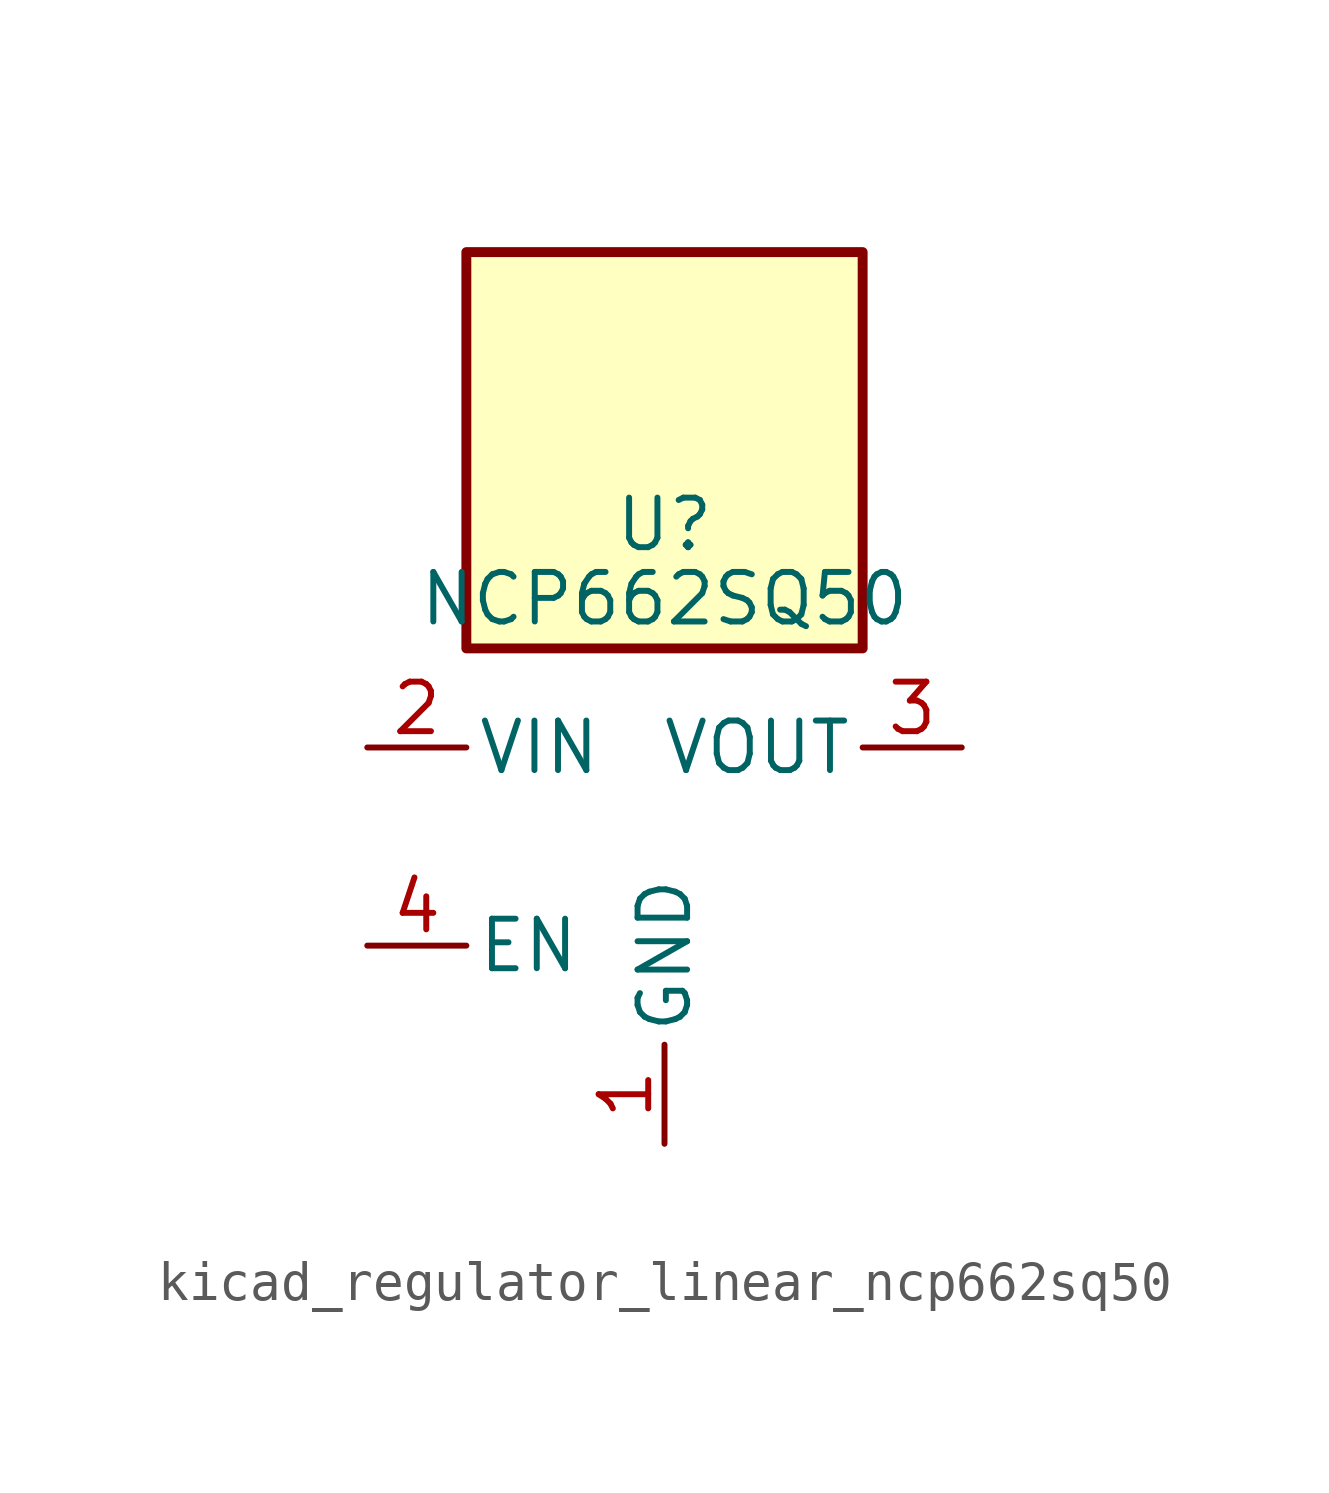
<source format=kicad_sym>
(kicad_symbol_lib
  (version 20220914)
  (generator kicad_symbol_editor)
  (symbol "kicad_regulator_linear_ncp662sq50"
    (pin_names
      (offset 0.254))
    (property "Reference" "U"
      (at 0 8.255 0)
      (effects (font (size 1.27 1.27))))
    (property "Value" "NCP662SQ50"
      (at 0 6.35 0)
      (effects (font (size 1.27 1.27))))
    (symbol "kicad_regulator_linear_ncp662sq50_0_1"
      (rectangle (start 5.08 15.24) (end -5.08 5.08) (stroke (width 0.254) (type default)) (fill (type background))))
    (symbol "kicad_regulator_linear_ncp662sq50_1_1"
      (pin power_in line (at 0 -7.62 90) (length 2.54) (name "GND" (effects (font (size 1.27 1.27)))) (number "1" (effects (font (size 1.27 1.27)))))
      (pin power_in line (at -7.62 2.54 0) (length 2.54) (name "VIN" (effects (font (size 1.27 1.27)))) (number "2" (effects (font (size 1.27 1.27)))))
      (pin power_out line (at 7.62 2.54 180) (length 2.54) (name "VOUT" (effects (font (size 1.27 1.27)))) (number "3" (effects (font (size 1.27 1.27)))))
      (pin input line (at -7.62 -2.54 0) (length 2.54) (name "EN" (effects (font (size 1.27 1.27)))) (number "4" (effects (font (size 1.27 1.27))))))))
</source>
